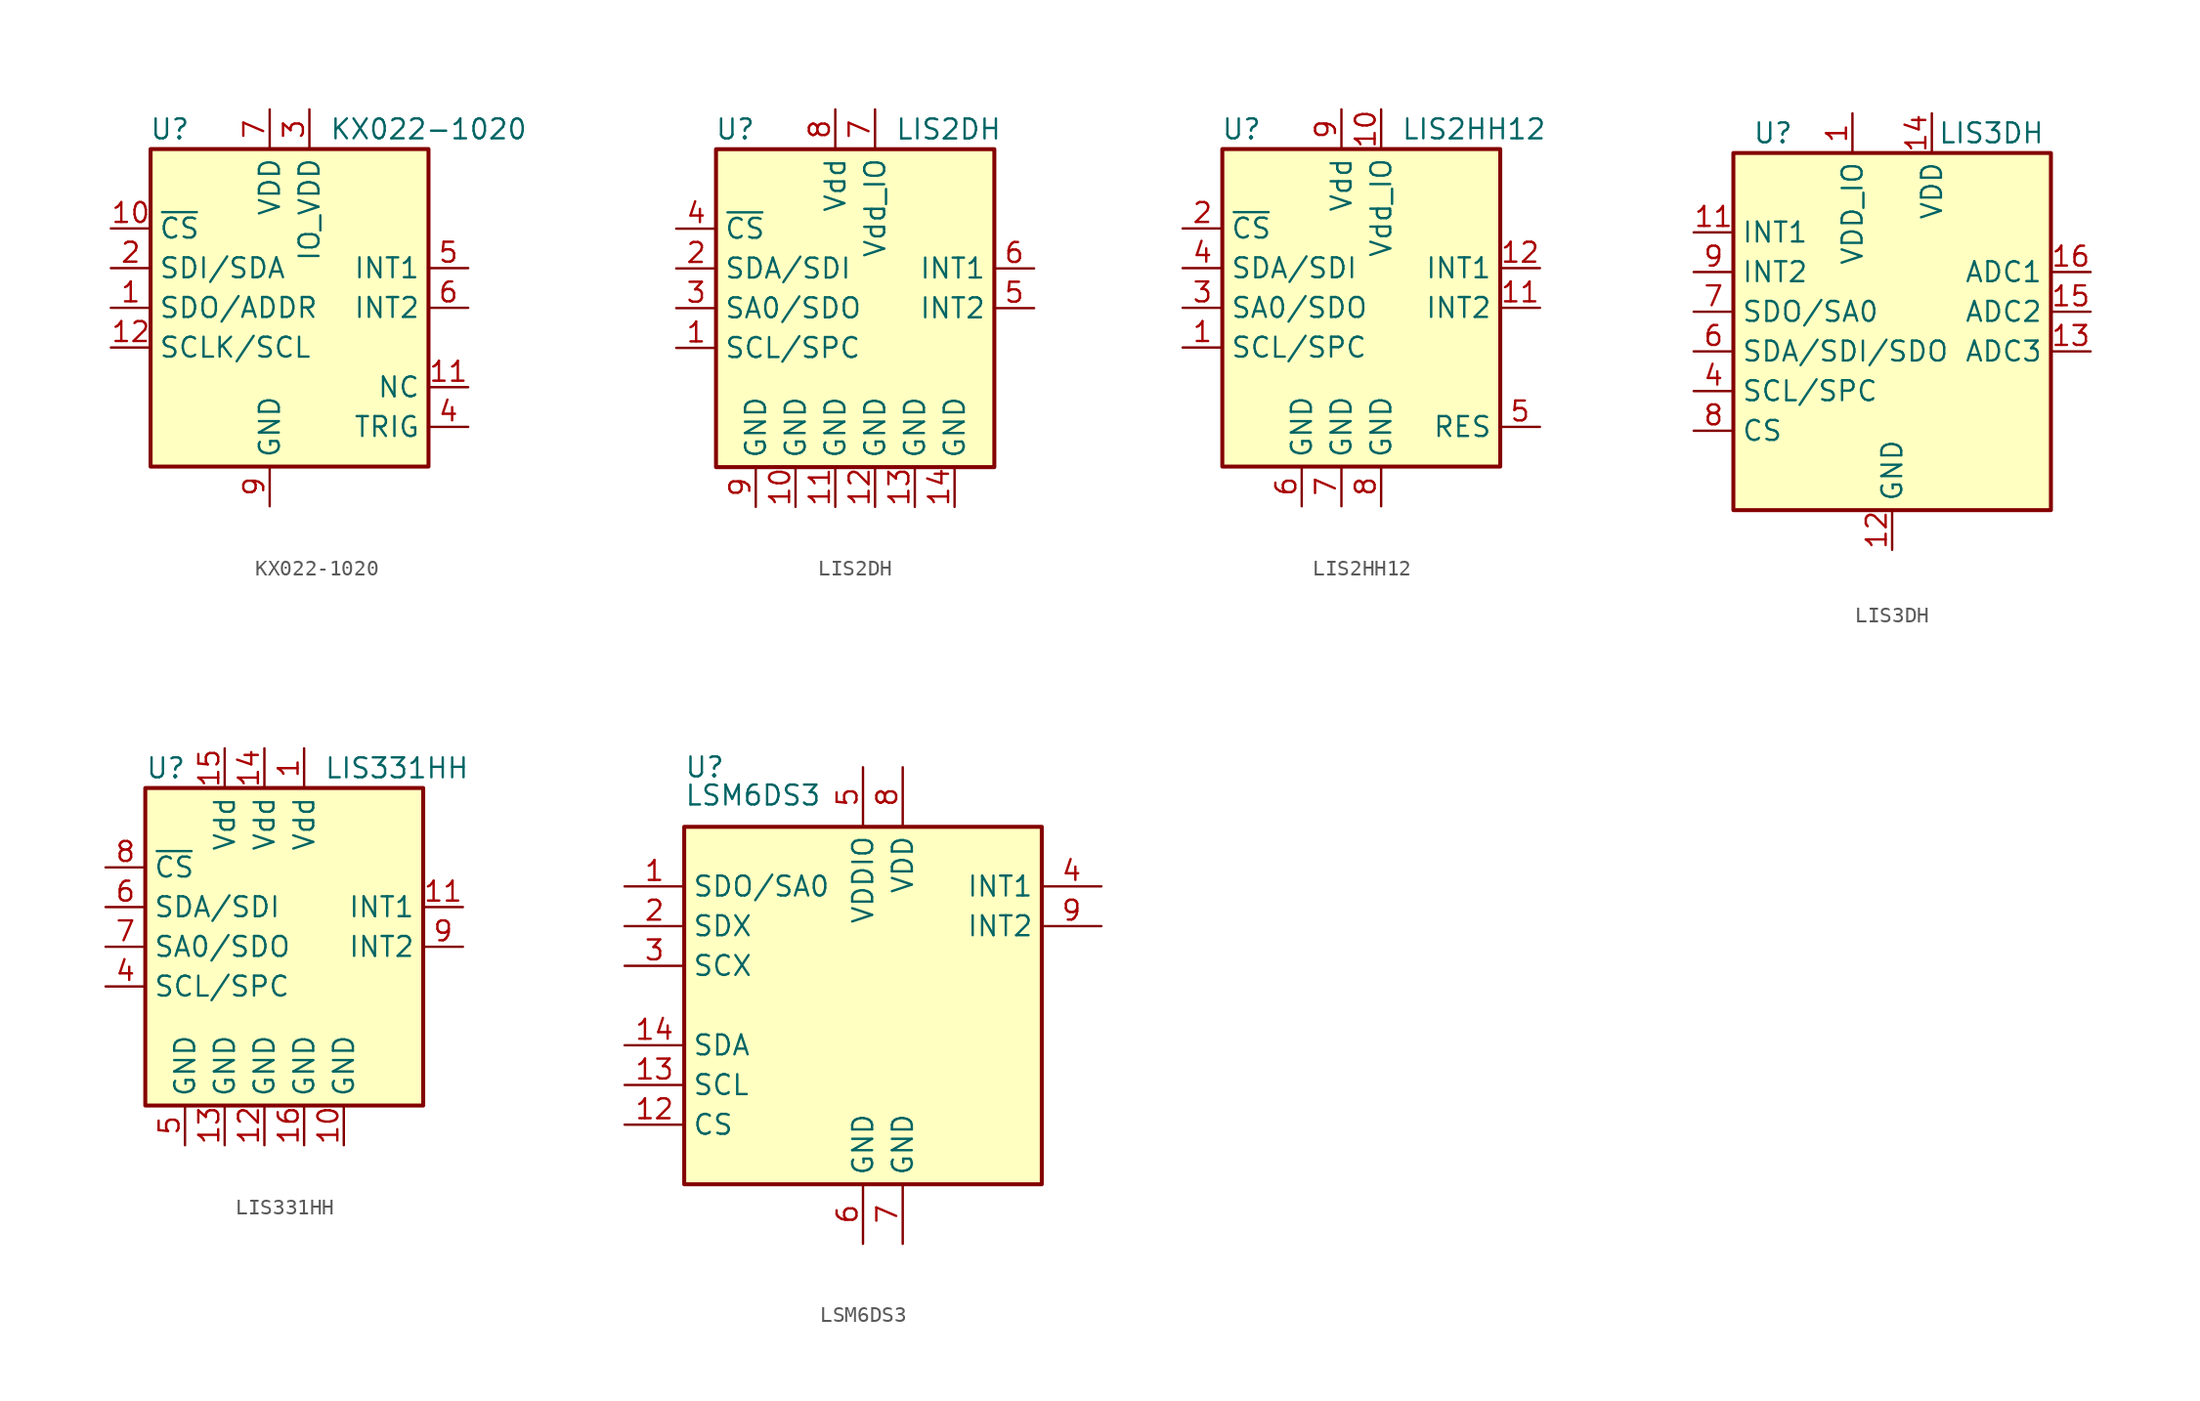
<source format=kicad_sym>
(kicad_symbol_lib
  (version 20201005)
  (generator kicad_symbol_editor)
  (symbol "KX022-1020"
    (property "Reference" "U"
      (at -5.08 11.43 0)
      (effects (font (size 1.27 1.27)) (justify right)))
    (property "Value" "KX022-1020"
      (at 3.81 11.43 0)
      (effects (font (size 1.27 1.27)) (justify left)))
    (symbol "KX022-1020_0_1"
      (rectangle (start -7.62 10.16) (end 10.16 -10.16) (stroke (width 0.254)) (fill (type background))))
    (symbol "KX022-1020_1_1"
      (pin bidirectional line (at -10.16 0 0) (length 2.54) (name "SDO/ADDR" (effects (font (size 1.27 1.27)))) (number "1" (effects (font (size 1.27 1.27)))))
      (pin input line (at -10.16 5.08 0) (length 2.54) (name "~CS" (effects (font (size 1.27 1.27)))) (number "10" (effects (font (size 1.27 1.27)))))
      (pin passive line (at 12.7 -5.08 180) (length 2.54) (name "NC" (effects (font (size 1.27 1.27)))) (number "11" (effects (font (size 1.27 1.27)))))
      (pin input line (at -10.16 -2.54 0) (length 2.54) (name "SCLK/SCL" (effects (font (size 1.27 1.27)))) (number "12" (effects (font (size 1.27 1.27)))))
      (pin bidirectional line (at -10.16 2.54 0) (length 2.54) (name "SDI/SDA" (effects (font (size 1.27 1.27)))) (number "2" (effects (font (size 1.27 1.27)))))
      (pin power_in line (at 2.54 12.7 270) (length 2.54) (name "IO_VDD" (effects (font (size 1.27 1.27)))) (number "3" (effects (font (size 1.27 1.27)))))
      (pin input line (at 12.7 -7.62 180) (length 2.54) (name "TRIG" (effects (font (size 1.27 1.27)))) (number "4" (effects (font (size 1.27 1.27)))))
      (pin output line (at 12.7 2.54 180) (length 2.54) (name "INT1" (effects (font (size 1.27 1.27)))) (number "5" (effects (font (size 1.27 1.27)))))
      (pin output line (at 12.7 0 180) (length 2.54) (name "INT2" (effects (font (size 1.27 1.27)))) (number "6" (effects (font (size 1.27 1.27)))))
      (pin power_in line (at 0 12.7 270) (length 2.54) (name "VDD" (effects (font (size 1.27 1.27)))) (number "7" (effects (font (size 1.27 1.27)))))
      (pin power_in line (at 0 -12.7 90) (length 2.54) (name "GND" (effects (font (size 1.27 1.27)))) (number "9" (effects (font (size 1.27 1.27)))))))
  (symbol "LIS2DH"
    (property "Reference" "U"
      (at -5.08 11.43 0)
      (effects (font (size 1.27 1.27)) (justify right)))
    (property "Value" "LIS2DH"
      (at 3.81 11.43 0)
      (effects (font (size 1.27 1.27)) (justify left)))
    (symbol "LIS2DH_0_1"
      (rectangle (start -7.62 10.16) (end 10.16 -10.16) (stroke (width 0.254)) (fill (type background))))
    (symbol "LIS2DH_1_1"
      (pin input line (at -10.16 -2.54 0) (length 2.54) (name "SCL/SPC" (effects (font (size 1.27 1.27)))) (number "1" (effects (font (size 1.27 1.27)))))
      (pin power_in line (at -2.54 -12.7 90) (length 2.54) (name "GND" (effects (font (size 1.27 1.27)))) (number "10" (effects (font (size 1.27 1.27)))))
      (pin power_in line (at 0 -12.7 90) (length 2.54) (name "GND" (effects (font (size 1.27 1.27)))) (number "11" (effects (font (size 1.27 1.27)))))
      (pin power_in line (at 2.54 -12.7 90) (length 2.54) (name "GND" (effects (font (size 1.27 1.27)))) (number "12" (effects (font (size 1.27 1.27)))))
      (pin power_in line (at 5.08 -12.7 90) (length 2.54) (name "GND" (effects (font (size 1.27 1.27)))) (number "13" (effects (font (size 1.27 1.27)))))
      (pin power_in line (at 7.62 -12.7 90) (length 2.54) (name "GND" (effects (font (size 1.27 1.27)))) (number "14" (effects (font (size 1.27 1.27)))))
      (pin bidirectional line (at -10.16 2.54 0) (length 2.54) (name "SDA/SDI" (effects (font (size 1.27 1.27)))) (number "2" (effects (font (size 1.27 1.27)))))
      (pin bidirectional line (at -10.16 0 0) (length 2.54) (name "SA0/SDO" (effects (font (size 1.27 1.27)))) (number "3" (effects (font (size 1.27 1.27)))))
      (pin input line (at -10.16 5.08 0) (length 2.54) (name "~CS" (effects (font (size 1.27 1.27)))) (number "4" (effects (font (size 1.27 1.27)))))
      (pin output line (at 12.7 0 180) (length 2.54) (name "INT2" (effects (font (size 1.27 1.27)))) (number "5" (effects (font (size 1.27 1.27)))))
      (pin output line (at 12.7 2.54 180) (length 2.54) (name "INT1" (effects (font (size 1.27 1.27)))) (number "6" (effects (font (size 1.27 1.27)))))
      (pin power_in line (at 2.54 12.7 270) (length 2.54) (name "Vdd_IO" (effects (font (size 1.27 1.27)))) (number "7" (effects (font (size 1.27 1.27)))))
      (pin power_in line (at 0 12.7 270) (length 2.54) (name "Vdd" (effects (font (size 1.27 1.27)))) (number "8" (effects (font (size 1.27 1.27)))))
      (pin power_in line (at -5.08 -12.7 90) (length 2.54) (name "GND" (effects (font (size 1.27 1.27)))) (number "9" (effects (font (size 1.27 1.27)))))))
  (symbol "LIS2HH12"
    (property "Reference" "U"
      (at -5.08 11.43 0)
      (effects (font (size 1.27 1.27)) (justify right)))
    (property "Value" "LIS2HH12"
      (at 3.81 11.43 0)
      (effects (font (size 1.27 1.27)) (justify left)))
    (symbol "LIS2HH12_0_1"
      (rectangle (start -7.62 10.16) (end 10.16 -10.16) (stroke (width 0.254)) (fill (type background))))
    (symbol "LIS2HH12_1_1"
      (pin input line (at -10.16 -2.54 0) (length 2.54) (name "SCL/SPC" (effects (font (size 1.27 1.27)))) (number "1" (effects (font (size 1.27 1.27)))))
      (pin power_in line (at 2.54 12.7 270) (length 2.54) (name "Vdd_IO" (effects (font (size 1.27 1.27)))) (number "10" (effects (font (size 1.27 1.27)))))
      (pin output line (at 12.7 0 180) (length 2.54) (name "INT2" (effects (font (size 1.27 1.27)))) (number "11" (effects (font (size 1.27 1.27)))))
      (pin output line (at 12.7 2.54 180) (length 2.54) (name "INT1" (effects (font (size 1.27 1.27)))) (number "12" (effects (font (size 1.27 1.27)))))
      (pin input line (at -10.16 5.08 0) (length 2.54) (name "~CS" (effects (font (size 1.27 1.27)))) (number "2" (effects (font (size 1.27 1.27)))))
      (pin bidirectional line (at -10.16 0 0) (length 2.54) (name "SA0/SDO" (effects (font (size 1.27 1.27)))) (number "3" (effects (font (size 1.27 1.27)))))
      (pin bidirectional line (at -10.16 2.54 0) (length 2.54) (name "SDA/SDI" (effects (font (size 1.27 1.27)))) (number "4" (effects (font (size 1.27 1.27)))))
      (pin passive line (at 12.7 -7.62 180) (length 2.54) (name "RES" (effects (font (size 1.27 1.27)))) (number "5" (effects (font (size 1.27 1.27)))))
      (pin power_in line (at -2.54 -12.7 90) (length 2.54) (name "GND" (effects (font (size 1.27 1.27)))) (number "6" (effects (font (size 1.27 1.27)))))
      (pin power_in line (at 0 -12.7 90) (length 2.54) (name "GND" (effects (font (size 1.27 1.27)))) (number "7" (effects (font (size 1.27 1.27)))))
      (pin power_in line (at 2.54 -12.7 90) (length 2.54) (name "GND" (effects (font (size 1.27 1.27)))) (number "8" (effects (font (size 1.27 1.27)))))
      (pin power_in line (at 0 12.7 270) (length 2.54) (name "Vdd" (effects (font (size 1.27 1.27)))) (number "9" (effects (font (size 1.27 1.27)))))))
  (symbol "LIS3DH"
    (property "Reference" "U"
      (at -7.62 11.43 0)
      (effects (font (size 1.27 1.27))))
    (property "Value" "LIS3DH"
      (at 6.35 11.43 0)
      (effects (font (size 1.27 1.27))))
    (symbol "LIS3DH_0_1"
      (rectangle (start -10.16 10.16) (end 10.16 -12.7) (stroke (width 0.254)) (fill (type background))))
    (symbol "LIS3DH_1_1"
      (pin power_in line (at -2.54 12.7 270) (length 2.54) (name "VDD_IO" (effects (font (size 1.27 1.27)))) (number "1" (effects (font (size 1.27 1.27)))))
      (pin passive line (at 0 -15.24 90) (length 2.54) hide (name "GND" (effects (font (size 1.27 1.27)))) (number "10" (effects (font (size 1.27 1.27)))))
      (pin output line (at -12.7 5.08 0) (length 2.54) (name "INT1" (effects (font (size 1.27 1.27)))) (number "11" (effects (font (size 1.27 1.27)))))
      (pin power_in line (at 0 -15.24 90) (length 2.54) (name "GND" (effects (font (size 1.27 1.27)))) (number "12" (effects (font (size 1.27 1.27)))))
      (pin input line (at 12.7 -2.54 180) (length 2.54) (name "ADC3" (effects (font (size 1.27 1.27)))) (number "13" (effects (font (size 1.27 1.27)))))
      (pin power_in line (at 2.54 12.7 270) (length 2.54) (name "VDD" (effects (font (size 1.27 1.27)))) (number "14" (effects (font (size 1.27 1.27)))))
      (pin input line (at 12.7 0 180) (length 2.54) (name "ADC2" (effects (font (size 1.27 1.27)))) (number "15" (effects (font (size 1.27 1.27)))))
      (pin input line (at 12.7 2.54 180) (length 2.54) (name "ADC1" (effects (font (size 1.27 1.27)))) (number "16" (effects (font (size 1.27 1.27)))))
      (pin no_connect line (at 10.16 5.08 180) (length 2.54) hide (name "NC" (effects (font (size 1.27 1.27)))) (number "2" (effects (font (size 1.27 1.27)))))
      (pin no_connect line (at 10.16 7.62 180) (length 2.54) hide (name "NC" (effects (font (size 1.27 1.27)))) (number "3" (effects (font (size 1.27 1.27)))))
      (pin input line (at -12.7 -5.08 0) (length 2.54) (name "SCL/SPC" (effects (font (size 1.27 1.27)))) (number "4" (effects (font (size 1.27 1.27)))))
      (pin passive line (at 0 -15.24 90) (length 2.54) hide (name "GND" (effects (font (size 1.27 1.27)))) (number "5" (effects (font (size 1.27 1.27)))))
      (pin bidirectional line (at -12.7 -2.54 0) (length 2.54) (name "SDA/SDI/SDO" (effects (font (size 1.27 1.27)))) (number "6" (effects (font (size 1.27 1.27)))))
      (pin bidirectional line (at -12.7 0 0) (length 2.54) (name "SDO/SA0" (effects (font (size 1.27 1.27)))) (number "7" (effects (font (size 1.27 1.27)))))
      (pin input line (at -12.7 -7.62 0) (length 2.54) (name "CS" (effects (font (size 1.27 1.27)))) (number "8" (effects (font (size 1.27 1.27)))))
      (pin output line (at -12.7 2.54 0) (length 2.54) (name "INT2" (effects (font (size 1.27 1.27)))) (number "9" (effects (font (size 1.27 1.27)))))))
  (symbol "LIS331HH"
    (property "Reference" "U"
      (at -7.62 11.43 0)
      (effects (font (size 1.27 1.27)) (justify left)))
    (property "Value" "LIS331HH"
      (at 3.81 11.43 0)
      (effects (font (size 1.27 1.27)) (justify left)))
    (symbol "LIS331HH_0_1"
      (rectangle (start -7.62 10.16) (end 10.16 -10.16) (stroke (width 0.254)) (fill (type background))))
    (symbol "LIS331HH_1_1"
      (pin power_in line (at 2.54 12.7 270) (length 2.54) (name "Vdd" (effects (font (size 1.27 1.27)))) (number "1" (effects (font (size 1.27 1.27)))))
      (pin power_in line (at 5.08 -12.7 90) (length 2.54) (name "GND" (effects (font (size 1.27 1.27)))) (number "10" (effects (font (size 1.27 1.27)))))
      (pin output line (at 12.7 2.54 180) (length 2.54) (name "INT1" (effects (font (size 1.27 1.27)))) (number "11" (effects (font (size 1.27 1.27)))))
      (pin power_in line (at 0 -12.7 90) (length 2.54) (name "GND" (effects (font (size 1.27 1.27)))) (number "12" (effects (font (size 1.27 1.27)))))
      (pin power_in line (at -2.54 -12.7 90) (length 2.54) (name "GND" (effects (font (size 1.27 1.27)))) (number "13" (effects (font (size 1.27 1.27)))))
      (pin power_in line (at 0 12.7 270) (length 2.54) (name "Vdd" (effects (font (size 1.27 1.27)))) (number "14" (effects (font (size 1.27 1.27)))))
      (pin power_in line (at -2.54 12.7 270) (length 2.54) (name "Vdd" (effects (font (size 1.27 1.27)))) (number "15" (effects (font (size 1.27 1.27)))))
      (pin power_in line (at 2.54 -12.7 90) (length 2.54) (name "GND" (effects (font (size 1.27 1.27)))) (number "16" (effects (font (size 1.27 1.27)))))
      (pin no_connect line (at 10.16 -2.54 180) (length 2.54) hide (name "NC" (effects (font (size 1.27 1.27)))) (number "2" (effects (font (size 1.27 1.27)))))
      (pin no_connect line (at 10.16 -5.08 180) (length 2.54) hide (name "NC" (effects (font (size 1.27 1.27)))) (number "3" (effects (font (size 1.27 1.27)))))
      (pin input line (at -10.16 -2.54 0) (length 2.54) (name "SCL/SPC" (effects (font (size 1.27 1.27)))) (number "4" (effects (font (size 1.27 1.27)))))
      (pin power_in line (at -5.08 -12.7 90) (length 2.54) (name "GND" (effects (font (size 1.27 1.27)))) (number "5" (effects (font (size 1.27 1.27)))))
      (pin bidirectional line (at -10.16 2.54 0) (length 2.54) (name "SDA/SDI" (effects (font (size 1.27 1.27)))) (number "6" (effects (font (size 1.27 1.27)))))
      (pin output line (at -10.16 0 0) (length 2.54) (name "SA0/SDO" (effects (font (size 1.27 1.27)))) (number "7" (effects (font (size 1.27 1.27)))))
      (pin input line (at -10.16 5.08 0) (length 2.54) (name "~CS" (effects (font (size 1.27 1.27)))) (number "8" (effects (font (size 1.27 1.27)))))
      (pin output line (at 12.7 0 180) (length 2.54) (name "INT2" (effects (font (size 1.27 1.27)))) (number "9" (effects (font (size 1.27 1.27)))))))
  (symbol "LSM6DS3"
    (property "Reference" "U"
      (at -11.43 15.24 0)
      (effects (font (size 1.27 1.27)) (justify left)))
    (property "Value" "LSM6DS3"
      (at -11.43 12.7 0)
      (effects (font (size 1.27 1.27)) (justify left bottom)))
    (symbol "LSM6DS3_0_1"
      (rectangle (start 11.43 11.43) (end -11.43 -11.43) (stroke (width 0.254)) (fill (type background))))
    (symbol "LSM6DS3_1_1"
      (pin bidirectional line (at -15.24 7.62 0) (length 3.81) (name "SDO/SA0" (effects (font (size 1.27 1.27)))) (number "1" (effects (font (size 1.27 1.27)))))
      (pin no_connect line (at 10.16 -5.08 180) (length 3.81) hide (name "NC" (effects (font (size 1.27 1.27)))) (number "10" (effects (font (size 1.27 1.27)))))
      (pin no_connect line (at 10.16 -2.54 180) (length 3.81) hide (name "NC" (effects (font (size 1.27 1.27)))) (number "11" (effects (font (size 1.27 1.27)))))
      (pin input line (at -15.24 -7.62 0) (length 3.81) (name "CS" (effects (font (size 1.27 1.27)))) (number "12" (effects (font (size 1.27 1.27)))))
      (pin input line (at -15.24 -5.08 0) (length 3.81) (name "SCL" (effects (font (size 1.27 1.27)))) (number "13" (effects (font (size 1.27 1.27)))))
      (pin bidirectional line (at -15.24 -2.54 0) (length 3.81) (name "SDA" (effects (font (size 1.27 1.27)))) (number "14" (effects (font (size 1.27 1.27)))))
      (pin bidirectional line (at -15.24 5.08 0) (length 3.81) (name "SDX" (effects (font (size 1.27 1.27)))) (number "2" (effects (font (size 1.27 1.27)))))
      (pin input line (at -15.24 2.54 0) (length 3.81) (name "SCX" (effects (font (size 1.27 1.27)))) (number "3" (effects (font (size 1.27 1.27)))))
      (pin output line (at 15.24 7.62 180) (length 3.81) (name "INT1" (effects (font (size 1.27 1.27)))) (number "4" (effects (font (size 1.27 1.27)))))
      (pin power_in line (at 0 15.24 270) (length 3.81) (name "VDDIO" (effects (font (size 1.27 1.27)))) (number "5" (effects (font (size 1.27 1.27)))))
      (pin power_in line (at 0 -15.24 90) (length 3.81) (name "GND" (effects (font (size 1.27 1.27)))) (number "6" (effects (font (size 1.27 1.27)))))
      (pin power_in line (at 2.54 -15.24 90) (length 3.81) (name "GND" (effects (font (size 1.27 1.27)))) (number "7" (effects (font (size 1.27 1.27)))))
      (pin power_in line (at 2.54 15.24 270) (length 3.81) (name "VDD" (effects (font (size 1.27 1.27)))) (number "8" (effects (font (size 1.27 1.27)))))
      (pin output line (at 15.24 5.08 180) (length 3.81) (name "INT2" (effects (font (size 1.27 1.27)))) (number "9" (effects (font (size 1.27 1.27))))))))
</source>
